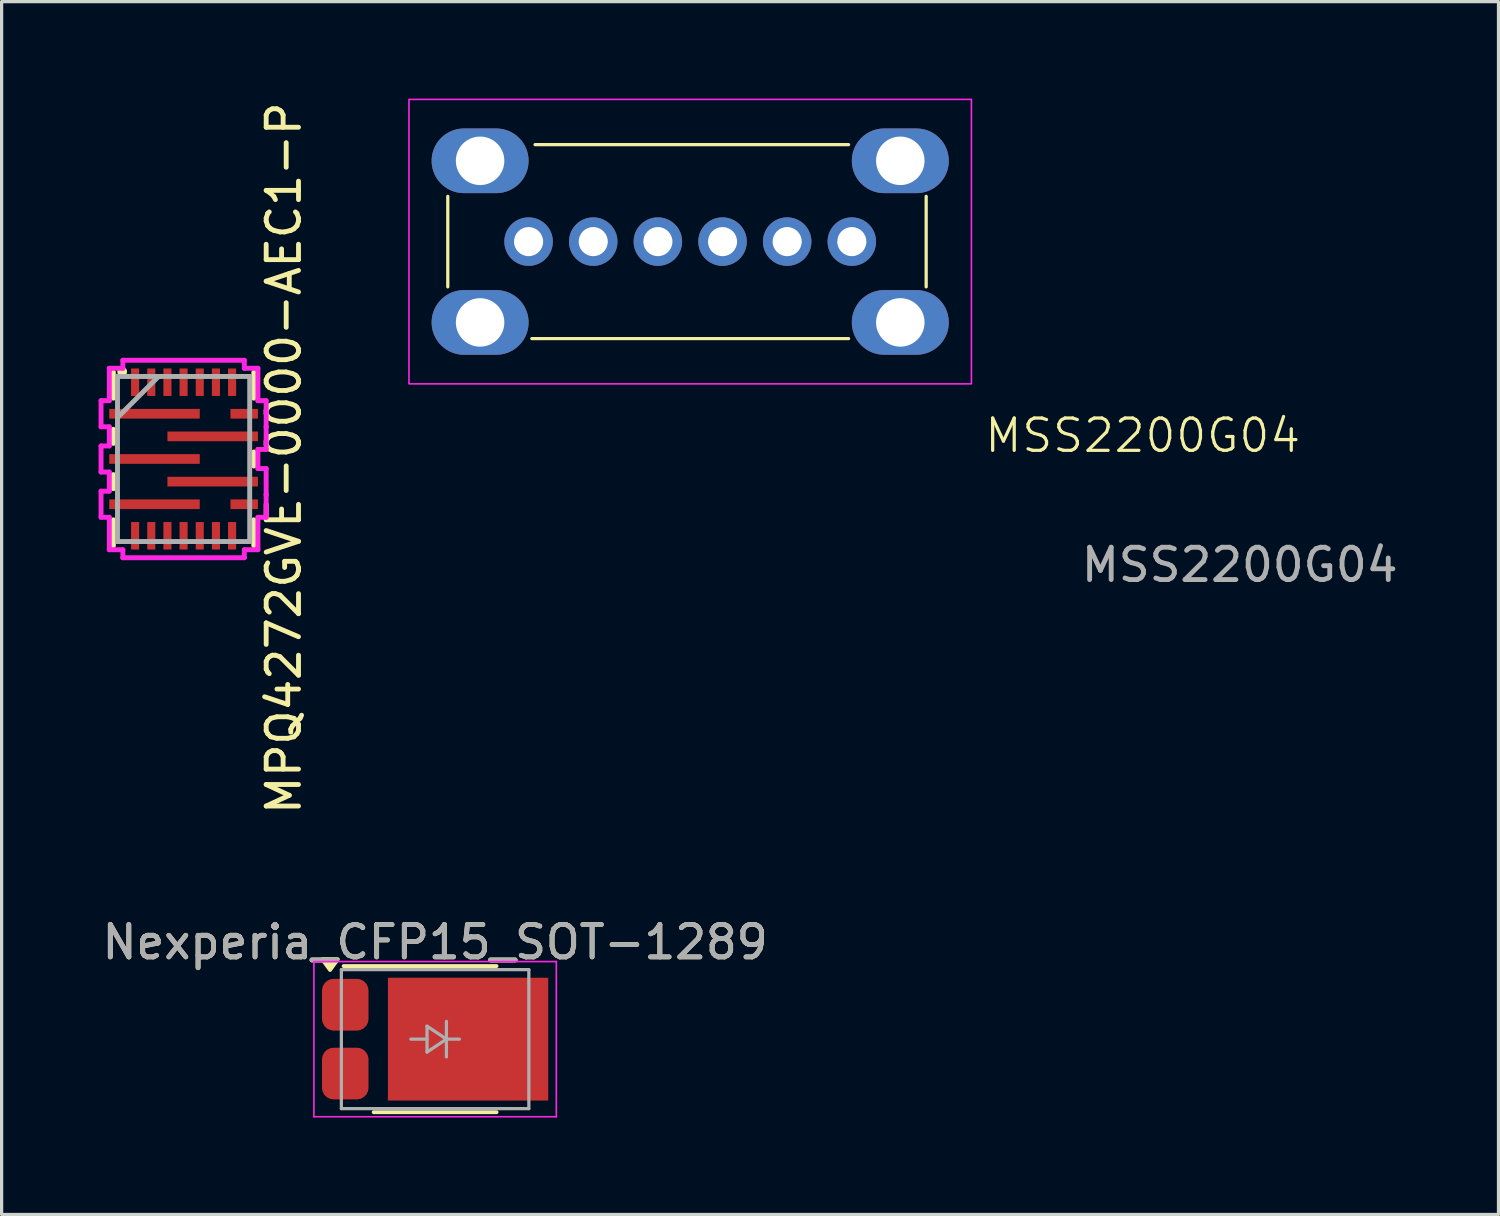
<source format=kicad_pcb>
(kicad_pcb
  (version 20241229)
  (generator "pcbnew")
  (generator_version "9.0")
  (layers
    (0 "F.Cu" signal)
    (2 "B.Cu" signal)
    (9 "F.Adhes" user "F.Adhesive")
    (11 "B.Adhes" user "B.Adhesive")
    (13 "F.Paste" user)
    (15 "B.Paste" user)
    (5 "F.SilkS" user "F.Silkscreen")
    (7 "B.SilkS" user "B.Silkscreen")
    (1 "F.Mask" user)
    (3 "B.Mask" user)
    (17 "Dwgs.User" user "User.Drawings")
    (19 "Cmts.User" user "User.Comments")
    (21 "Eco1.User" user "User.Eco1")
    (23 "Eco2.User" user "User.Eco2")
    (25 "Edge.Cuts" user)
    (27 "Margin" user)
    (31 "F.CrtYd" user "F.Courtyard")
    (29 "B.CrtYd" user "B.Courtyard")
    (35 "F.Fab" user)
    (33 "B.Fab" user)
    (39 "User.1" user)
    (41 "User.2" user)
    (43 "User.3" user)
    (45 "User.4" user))
  (footprint "MPQ4272GVE-0000-AEC1-P"
    (layer "F.Cu")
    (at 2.63 11.15)
    (property "Reference" "MPQ4272GVE-0000-AEC1-P" (at 3.1 -0.025 90) (layer "F.SilkS") (effects (font (size 1 1) (thickness 0.15))))
    (attr smd)
    (fp_line (start -2.172 -2.68) (end -2.172 -1.883) (stroke (width 0.152) (type solid)) (layer "F.SilkS"))
    (fp_line (start -2.172 -0.917) (end -2.172 -0.483) (stroke (width 0.152) (type solid)) (layer "F.SilkS"))
    (fp_line (start -2.172 0.483) (end -2.172 0.917) (stroke (width 0.152) (type solid)) (layer "F.SilkS"))
    (fp_line (start -2.172 1.883) (end -2.172 2.68) (stroke (width 0.152) (type solid)) (layer "F.SilkS"))
    (fp_line (start 2.172 -1.883) (end 2.172 -2.68) (stroke (width 0.152) (type solid)) (layer "F.SilkS"))
    (fp_line (start 2.172 0.217) (end 2.172 -0.217) (stroke (width 0.152) (type solid)) (layer "F.SilkS"))
    (fp_line (start 2.172 2.68) (end 2.172 1.883) (stroke (width 0.152) (type solid)) (layer "F.SilkS"))
    (fp_circle (center -1.9 -2.7) (end -1.8 -2.7) (stroke (width 0.1) (type solid)) (fill yes) (layer "F.SilkS"))
    (fp_line (start -2.554 -1.804) (end -2.554 -0.996) (stroke (width 0.152) (type solid)) (layer "F.CrtYd"))
    (fp_line (start -2.554 -0.996) (end -2.299 -0.996) (stroke (width 0.152) (type solid)) (layer "F.CrtYd"))
    (fp_line (start -2.554 -0.404) (end -2.554 0.404) (stroke (width 0.152) (type solid)) (layer "F.CrtYd"))
    (fp_line (start -2.554 0.404) (end -2.299 0.404) (stroke (width 0.152) (type solid)) (layer "F.CrtYd"))
    (fp_line (start -2.554 0.996) (end -2.554 1.804) (stroke (width 0.152) (type solid)) (layer "F.CrtYd"))
    (fp_line (start -2.554 1.804) (end -2.299 1.804) (stroke (width 0.152) (type solid)) (layer "F.CrtYd"))
    (fp_line (start -2.299 -2.807) (end -2.299 -1.804) (stroke (width 0.152) (type solid)) (layer "F.CrtYd"))
    (fp_line (start -2.299 -1.804) (end -2.554 -1.804) (stroke (width 0.152) (type solid)) (layer "F.CrtYd"))
    (fp_line (start -2.299 -0.996) (end -2.299 -0.404) (stroke (width 0.152) (type solid)) (layer "F.CrtYd"))
    (fp_line (start -2.299 -0.404) (end -2.554 -0.404) (stroke (width 0.152) (type solid)) (layer "F.CrtYd"))
    (fp_line (start -2.299 0.404) (end -2.299 0.996) (stroke (width 0.152) (type solid)) (layer "F.CrtYd"))
    (fp_line (start -2.299 0.996) (end -2.554 0.996) (stroke (width 0.152) (type solid)) (layer "F.CrtYd"))
    (fp_line (start -2.299 1.804) (end -2.299 2.807) (stroke (width 0.152) (type solid)) (layer "F.CrtYd"))
    (fp_line (start -2.299 2.807) (end -1.879 2.807) (stroke (width 0.152) (type solid)) (layer "F.CrtYd"))
    (fp_line (start -1.879 -3.054) (end -1.879 -2.807) (stroke (width 0.152) (type solid)) (layer "F.CrtYd"))
    (fp_line (start -1.879 -2.807) (end -2.299 -2.807) (stroke (width 0.152) (type solid)) (layer "F.CrtYd"))
    (fp_line (start -1.879 2.807) (end -1.879 3.054) (stroke (width 0.152) (type solid)) (layer "F.CrtYd"))
    (fp_line (start -1.879 3.054) (end 1.879 3.054) (stroke (width 0.152) (type solid)) (layer "F.CrtYd"))
    (fp_line (start 1.879 -3.054) (end -1.879 -3.054) (stroke (width 0.152) (type solid)) (layer "F.CrtYd"))
    (fp_line (start 1.879 -2.807) (end 1.879 -3.054) (stroke (width 0.152) (type solid)) (layer "F.CrtYd"))
    (fp_line (start 1.879 2.807) (end 2.299 2.807) (stroke (width 0.152) (type solid)) (layer "F.CrtYd"))
    (fp_line (start 1.879 3.054) (end 1.879 2.807) (stroke (width 0.152) (type solid)) (layer "F.CrtYd"))
    (fp_line (start 2.299 -2.807) (end 1.879 -2.807) (stroke (width 0.152) (type solid)) (layer "F.CrtYd"))
    (fp_line (start 2.299 -1.804) (end 2.299 -2.807) (stroke (width 0.152) (type solid)) (layer "F.CrtYd"))
    (fp_line (start 2.299 -0.296) (end 2.554 -0.296) (stroke (width 0.152) (type solid)) (layer "F.CrtYd"))
    (fp_line (start 2.299 0.296) (end 2.299 -0.296) (stroke (width 0.152) (type solid)) (layer "F.CrtYd"))
    (fp_line (start 2.299 1.804) (end 2.554 1.804) (stroke (width 0.152) (type solid)) (layer "F.CrtYd"))
    (fp_line (start 2.299 2.807) (end 2.299 1.804) (stroke (width 0.152) (type solid)) (layer "F.CrtYd"))
    (fp_line (start 2.554 -1.804) (end 2.299 -1.804) (stroke (width 0.152) (type solid)) (layer "F.CrtYd"))
    (fp_line (start 2.554 -0.996) (end 2.554 -1.804) (stroke (width 0.152) (type solid)) (layer "F.CrtYd"))
    (fp_line (start 2.554 -0.996) (end 2.554 -0.996) (stroke (width 0.152) (type solid)) (layer "F.CrtYd"))
    (fp_line (start 2.554 -0.296) (end 2.554 -0.996) (stroke (width 0.152) (type solid)) (layer "F.CrtYd"))
    (fp_line (start 2.554 0.296) (end 2.299 0.296) (stroke (width 0.152) (type solid)) (layer "F.CrtYd"))
    (fp_line (start 2.554 1.104) (end 2.554 0.296) (stroke (width 0.152) (type solid)) (layer "F.CrtYd"))
    (fp_line (start 2.554 1.104) (end 2.554 1.104) (stroke (width 0.152) (type solid)) (layer "F.CrtYd"))
    (fp_line (start 2.554 1.804) (end 2.554 1.104) (stroke (width 0.152) (type solid)) (layer "F.CrtYd"))
    (fp_line (start -2.045 -2.553) (end -2.045 2.553) (stroke (width 0.152) (type solid)) (layer "F.Fab"))
    (fp_line (start -2.045 -1.283) (end -0.775 -2.553) (stroke (width 0.152) (type solid)) (layer "F.Fab"))
    (fp_line (start -2.045 2.553) (end 2.045 2.553) (stroke (width 0.152) (type solid)) (layer "F.Fab"))
    (fp_line (start 2.045 -2.553) (end -2.045 -2.553) (stroke (width 0.152) (type solid)) (layer "F.Fab"))
    (fp_line (start 2.045 2.553) (end 2.045 -2.553) (stroke (width 0.152) (type solid)) (layer "F.Fab"))
    (pad "1" smd rect (at -0.9 -1.4) (size 2.8 0.3) (layers "F.Cu" "F.Mask" "F.Paste"))
    (pad "2" smd rect (at -0.9 0) (size 2.8 0.3) (layers "F.Cu" "F.Mask" "F.Paste"))
    (pad "3" smd rect (at -0.9 1.4) (size 2.8 0.3) (layers "F.Cu" "F.Mask" "F.Paste"))
    (pad "4" smd rect (at -1.5 2.375 90) (size 0.85 0.25) (layers "F.Cu" "F.Mask" "F.Paste"))
    (pad "5" smd rect (at -1 2.375 90) (size 0.85 0.25) (layers "F.Cu" "F.Mask" "F.Paste"))
    (pad "6" smd rect (at -0.5 2.375 90) (size 0.85 0.25) (layers "F.Cu" "F.Mask" "F.Paste"))
    (pad "7" smd rect (at 0 2.375 90) (size 0.85 0.25) (layers "F.Cu" "F.Mask" "F.Paste"))
    (pad "8" smd rect (at 0.5 2.375 90) (size 0.85 0.25) (layers "F.Cu" "F.Mask" "F.Paste"))
    (pad "9" smd rect (at 1 2.375 90) (size 0.85 0.25) (layers "F.Cu" "F.Mask" "F.Paste"))
    (pad "10" smd rect (at 1.5 2.375 90) (size 0.85 0.25) (layers "F.Cu" "F.Mask" "F.Paste"))
    (pad "11" smd rect (at 1.875 1.4) (size 0.85 0.3) (layers "F.Cu" "F.Mask" "F.Paste"))
    (pad "12" smd rect (at 0.9 0.7) (size 2.8 0.3) (layers "F.Cu" "F.Mask" "F.Paste"))
    (pad "13" smd rect (at 0.9 -0.7) (size 2.8 0.3) (layers "F.Cu" "F.Mask" "F.Paste"))
    (pad "14" smd rect (at 1.875 -1.4) (size 0.85 0.3) (layers "F.Cu" "F.Mask" "F.Paste"))
    (pad "15" smd rect (at 1.5 -2.375 90) (size 0.85 0.25) (layers "F.Cu" "F.Mask" "F.Paste"))
    (pad "16" smd rect (at 1 -2.375 90) (size 0.85 0.25) (layers "F.Cu" "F.Mask" "F.Paste"))
    (pad "17" smd rect (at 0.5 -2.375 90) (size 0.85 0.25) (layers "F.Cu" "F.Mask" "F.Paste"))
    (pad "18" smd rect (at 0 -2.375 90) (size 0.85 0.25) (layers "F.Cu" "F.Mask" "F.Paste"))
    (pad "19" smd rect (at -0.5 -2.375 90) (size 0.85 0.25) (layers "F.Cu" "F.Mask" "F.Paste"))
    (pad "20" smd rect (at -1 -2.375 90) (size 0.85 0.25) (layers "F.Cu" "F.Mask" "F.Paste"))
    (pad "21" smd rect (at -1.5 -2.375 90) (size 0.85 0.25) (layers "F.Cu" "F.Mask" "F.Paste")))
  (footprint "Nexperia_CFP15_SOT-1289"
    (layer "F.Cu")
    (at 10.411 29.098)
    (property "Reference" "Nexperia_CFP15_SOT-1289" (at 0 -3 0) (layer "F.SilkS") (effects (font (size 1 1) (thickness 0.15))))
    (attr smd)
    (fp_line (start 1.9 -2.26) (end -2.83 -2.26) (stroke (width 0.12) (type solid)) (layer "F.SilkS"))
    (fp_line (start 1.9 2.26) (end -1.9 2.26) (stroke (width 0.12) (type solid)) (layer "F.SilkS"))
    (fp_poly (pts (xy -3.25 -2.14) (xy -3.01 -2.47) (xy -3.49 -2.47) (xy -3.25 -2.14)) (stroke (width 0.12) (type solid)) (fill yes) (layer "F.SilkS"))
    (fp_line (start -3.75 -2.4) (end 3.75 -2.4) (stroke (width 0.05) (type solid)) (layer "F.CrtYd"))
    (fp_line (start -3.75 2.4) (end -3.75 -2.4) (stroke (width 0.05) (type solid)) (layer "F.CrtYd"))
    (fp_line (start 3.75 2.4) (end -3.75 2.4) (stroke (width 0.05) (type solid)) (layer "F.CrtYd"))
    (fp_line (start 3.75 2.4) (end 3.75 -2.4) (stroke (width 0.05) (type solid)) (layer "F.CrtYd"))
    (fp_line (start -2.9 -2.15) (end 2.9 -2.15) (stroke (width 0.1) (type solid)) (layer "F.Fab"))
    (fp_line (start -2.9 2.15) (end -2.9 -2.15) (stroke (width 0.1) (type solid)) (layer "F.Fab"))
    (fp_line (start -0.25 -0.4) (end 0.35 0) (stroke (width 0.1) (type solid)) (layer "F.Fab"))
    (fp_line (start -0.25 0) (end -0.75 0) (stroke (width 0.1) (type solid)) (layer "F.Fab"))
    (fp_line (start -0.25 0.4) (end -0.25 -0.4) (stroke (width 0.1) (type solid)) (layer "F.Fab"))
    (fp_line (start 0.35 0) (end -0.25 0.4) (stroke (width 0.1) (type solid)) (layer "F.Fab"))
    (fp_line (start 0.35 0.55) (end 0.35 -0.55) (stroke (width 0.1) (type solid)) (layer "F.Fab"))
    (fp_line (start 0.75 0) (end 0.35 0) (stroke (width 0.1) (type solid)) (layer "F.Fab"))
    (fp_line (start 2.9 -2.15) (end 2.9 2.15) (stroke (width 0.1) (type solid)) (layer "F.Fab"))
    (fp_line (start 2.9 2.15) (end -2.9 2.15) (stroke (width 0.1) (type solid)) (layer "F.Fab"))
    (fp_text user "${REFERENCE}" (at 0 -3 0) (layer "F.Fab") (effects (font (size 1 1) (thickness 0.15))))
    (pad "" smd roundrect (at -0.4 -0.95 180) (size 1.9 1.7) (layers "F.Paste") (roundrect_rratio 0.25))
    (pad "" smd roundrect (at -0.4 0.95 180) (size 1.9 1.7) (layers "F.Paste") (roundrect_rratio 0.25))
    (pad "" smd roundrect (at 1.7 -0.95 180) (size 1.9 1.7) (layers "F.Paste") (roundrect_rratio 0.25))
    (pad "" smd roundrect (at 1.7 0.95 180) (size 1.9 1.7) (layers "F.Paste") (roundrect_rratio 0.25))
    (pad "" smd roundrect (at 3.15 0 180) (size 0.6 2.4) (layers "F.Paste") (roundrect_rratio 0.25))
    (pad "1" smd roundrect (at -2.78 -1.065 180) (size 1.44 1.6) (layers "F.Cu" "F.Mask" "F.Paste") (roundrect_rratio 0.25))
    (pad "2" smd roundrect (at -2.78 1.065 180) (size 1.44 1.6) (layers "F.Cu" "F.Mask" "F.Paste") (roundrect_rratio 0.25))
    (pad "3" smd rect (at 1.02 0 180) (size 4.96 3.8) (layers "F.Cu" "F.Mask")))
  (footprint "MSS2200G04"
    (layer "F.Cu")
    (at 18.803 4.425)
    (property "Reference" "MSS2200G04" (at 13.5 6 0) (unlocked yes) (layer "F.SilkS") (effects (font (size 1 1) (thickness 0.1))))
    (attr through_hole)
    (fp_line (start -8 -1.4) (end -8 1.4) (stroke (width 0.1) (type default)) (layer "F.SilkS"))
    (fp_line (start -5.4 3) (end 4.4 3) (stroke (width 0.1) (type default)) (layer "F.SilkS"))
    (fp_line (start -5.3 -3) (end 4.4 -3) (stroke (width 0.1) (type default)) (layer "F.SilkS"))
    (fp_line (start 6.8 -1.4) (end 6.8 1.4) (stroke (width 0.1) (type default)) (layer "F.SilkS"))
    (fp_rect (start -9.2 -4.4) (end 8.2 4.4) (stroke (width 0.05) (type default)) (fill no) (layer "F.CrtYd"))
    (fp_text user "${REFERENCE}" (at 16.5 10 0) (unlocked yes) (layer "F.Fab") (effects (font (size 1 1) (thickness 0.15))))
    (pad "1" thru_hole circle (at -5.5 0) (size 1.5 1.5) (drill 0.9) (layers "*.Cu" "*.Mask"))
    (pad "2" thru_hole circle (at -3.5 0) (size 1.5 1.5) (drill 0.9) (layers "*.Cu" "*.Mask"))
    (pad "3" thru_hole circle (at -1.5 0) (size 1.5 1.5) (drill 0.9) (layers "*.Cu" "*.Mask"))
    (pad "4" thru_hole circle (at 0.5 0) (size 1.5 1.5) (drill 0.9) (layers "*.Cu" "*.Mask"))
    (pad "5" thru_hole circle (at 2.5 0) (size 1.5 1.5) (drill 0.9) (layers "*.Cu" "*.Mask"))
    (pad "6" thru_hole circle (at 4.5 0) (size 1.5 1.5) (drill 0.9) (layers "*.Cu" "*.Mask"))
    (pad "SH" thru_hole oval (at -7 -2.5) (size 3 2) (drill 1.5) (layers "*.Cu" "*.Mask"))
    (pad "SH" thru_hole oval (at -7 2.5) (size 3 2) (drill 1.5) (layers "*.Cu" "*.Mask"))
    (pad "SH" thru_hole oval (at 6 -2.5) (size 3 2) (drill 1.5) (layers "*.Cu" "*.Mask"))
    (pad "SH" thru_hole oval (at 6 2.5) (size 3 2) (drill 1.5) (layers "*.Cu" "*.Mask")))
  (gr_rect
    (start -3 -3)
    (end 43.309 34.523)
    (stroke (width 0.1) (type default))
    (fill no)
    (layer "Edge.Cuts")))
</source>
